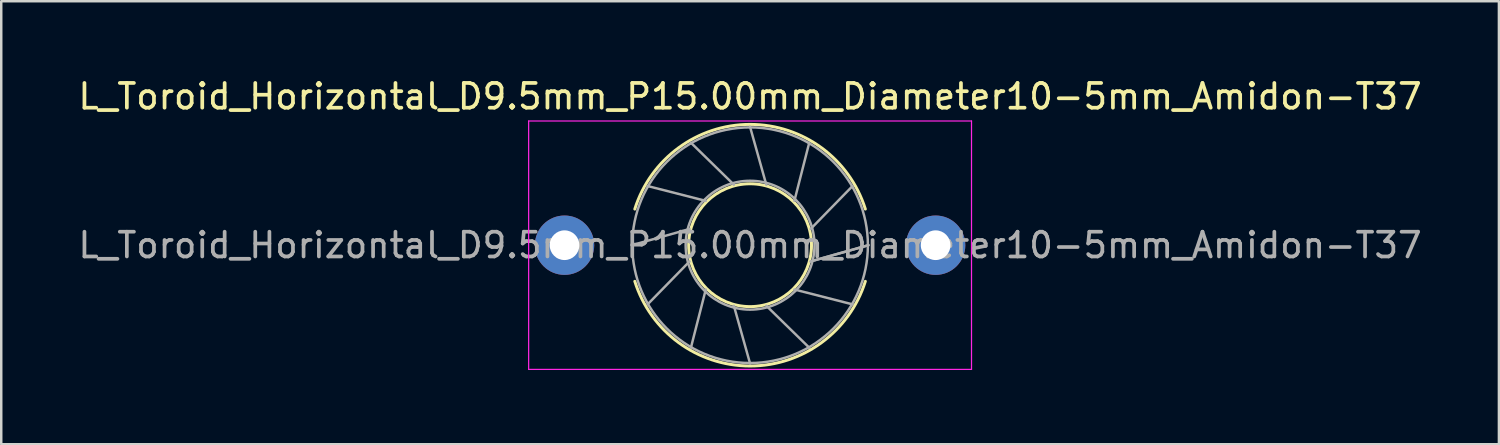
<source format=kicad_pcb>
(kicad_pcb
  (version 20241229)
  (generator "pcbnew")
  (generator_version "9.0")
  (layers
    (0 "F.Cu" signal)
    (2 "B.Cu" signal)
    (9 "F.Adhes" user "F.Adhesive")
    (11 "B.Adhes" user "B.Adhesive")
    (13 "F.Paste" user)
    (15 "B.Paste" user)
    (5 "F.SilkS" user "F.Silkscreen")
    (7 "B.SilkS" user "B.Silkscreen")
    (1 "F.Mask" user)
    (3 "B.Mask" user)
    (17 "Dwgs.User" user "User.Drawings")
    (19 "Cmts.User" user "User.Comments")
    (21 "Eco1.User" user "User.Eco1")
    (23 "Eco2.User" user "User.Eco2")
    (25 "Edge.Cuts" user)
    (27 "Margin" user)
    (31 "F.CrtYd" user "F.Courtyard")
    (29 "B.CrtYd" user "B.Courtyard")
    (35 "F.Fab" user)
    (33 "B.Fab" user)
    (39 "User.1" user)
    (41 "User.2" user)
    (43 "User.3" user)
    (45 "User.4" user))
  (footprint "L_Toroid_Horizontal_D9.5mm_P15.00mm_Diameter10-5mm_Amidon-T37"
    (layer "F.Cu")
    (at 19.768 6.861)
    (property "Reference" "L_Toroid_Horizontal_D9.5mm_P15.00mm_Diameter10-5mm_Amidon-T37" (at 7.5 -6.013 0) (layer "F.SilkS") (effects (font (size 1 1) (thickness 0.15))))
    (attr through_hole)
    (fp_arc (start 2.840901 -1.46) (mid 7.5 -4.8825) (end 12.159099 -1.46) (stroke (width 0.12) (type solid)) (layer "F.SilkS"))
    (fp_arc (start 12.159099 1.46) (mid 7.5 4.8825) (end 2.840901 1.46) (stroke (width 0.12) (type solid)) (layer "F.SilkS"))
    (fp_circle (center 7.5 0) (end 9.983 0) (stroke (width 0.12) (type solid)) (fill no) (layer "F.SilkS"))
    (fp_line (start -1.45 -5.02) (end -1.45 5.02) (stroke (width 0.05) (type solid)) (layer "F.CrtYd"))
    (fp_line (start -1.45 5.02) (end 16.45 5.02) (stroke (width 0.05) (type solid)) (layer "F.CrtYd"))
    (fp_line (start 16.45 -5.02) (end -1.45 -5.02) (stroke (width 0.05) (type solid)) (layer "F.CrtYd"))
    (fp_line (start 16.45 5.02) (end 16.45 -5.02) (stroke (width 0.05) (type solid)) (layer "F.CrtYd"))
    (fp_line (start 2.715 0.000443) (end 5.053 -0.655) (stroke (width 0.1) (type solid)) (layer "F.Fab"))
    (fp_line (start 3.356 -2.392) (end 5.709 -1.791) (stroke (width 0.1) (type solid)) (layer "F.Fab"))
    (fp_line (start 3.356 2.393) (end 5.053 0.656) (stroke (width 0.1) (type solid)) (layer "F.Fab"))
    (fp_line (start 5.107 -4.144) (end 6.844 -2.447) (stroke (width 0.1) (type solid)) (layer "F.Fab"))
    (fp_line (start 5.108 4.144) (end 5.709 1.791) (stroke (width 0.1) (type solid)) (layer "F.Fab"))
    (fp_line (start 7.499 -4.785) (end 8.155 -2.447) (stroke (width 0.1) (type solid)) (layer "F.Fab"))
    (fp_line (start 7.5 4.785) (end 6.845 2.447) (stroke (width 0.1) (type solid)) (layer "F.Fab"))
    (fp_line (start 9.892 -4.144) (end 9.291 -1.792) (stroke (width 0.1) (type solid)) (layer "F.Fab"))
    (fp_line (start 9.893 4.144) (end 8.156 2.447) (stroke (width 0.1) (type solid)) (layer "F.Fab"))
    (fp_line (start 11.643 -2.393) (end 9.947 -0.656) (stroke (width 0.1) (type solid)) (layer "F.Fab"))
    (fp_line (start 11.644 2.392) (end 9.291 1.791) (stroke (width 0.1) (type solid)) (layer "F.Fab"))
    (fp_line (start 12.285 -0.001) (end 9.947 0.655) (stroke (width 0.1) (type solid)) (layer "F.Fab"))
    (fp_line (start 12.285 0) (end 9.947 0.656) (stroke (width 0.1) (type solid)) (layer "F.Fab"))
    (fp_circle (center 7.5 0) (end 10.104 0) (stroke (width 0.1) (type solid)) (fill no) (layer "F.Fab"))
    (fp_circle (center 7.5 0) (end 12.262 0) (stroke (width 0.1) (type solid)) (fill no) (layer "F.Fab"))
    (fp_text user "${REFERENCE}" (at 7.5 0 0) (layer "F.Fab") (effects (font (size 1 1) (thickness 0.15))))
    (pad "1" thru_hole circle (at 0 0) (size 2.4 2.4) (drill 1.2) (layers "*.Cu" "*.Mask"))
    (pad "2" thru_hole circle (at 15 0) (size 2.4 2.4) (drill 1.2) (layers "*.Cu" "*.Mask")))
  (gr_rect
    (start -3 -3)
    (end 57.536 14.906)
    (stroke (width 0.1) (type default))
    (fill no)
    (layer "Edge.Cuts")))
</source>
